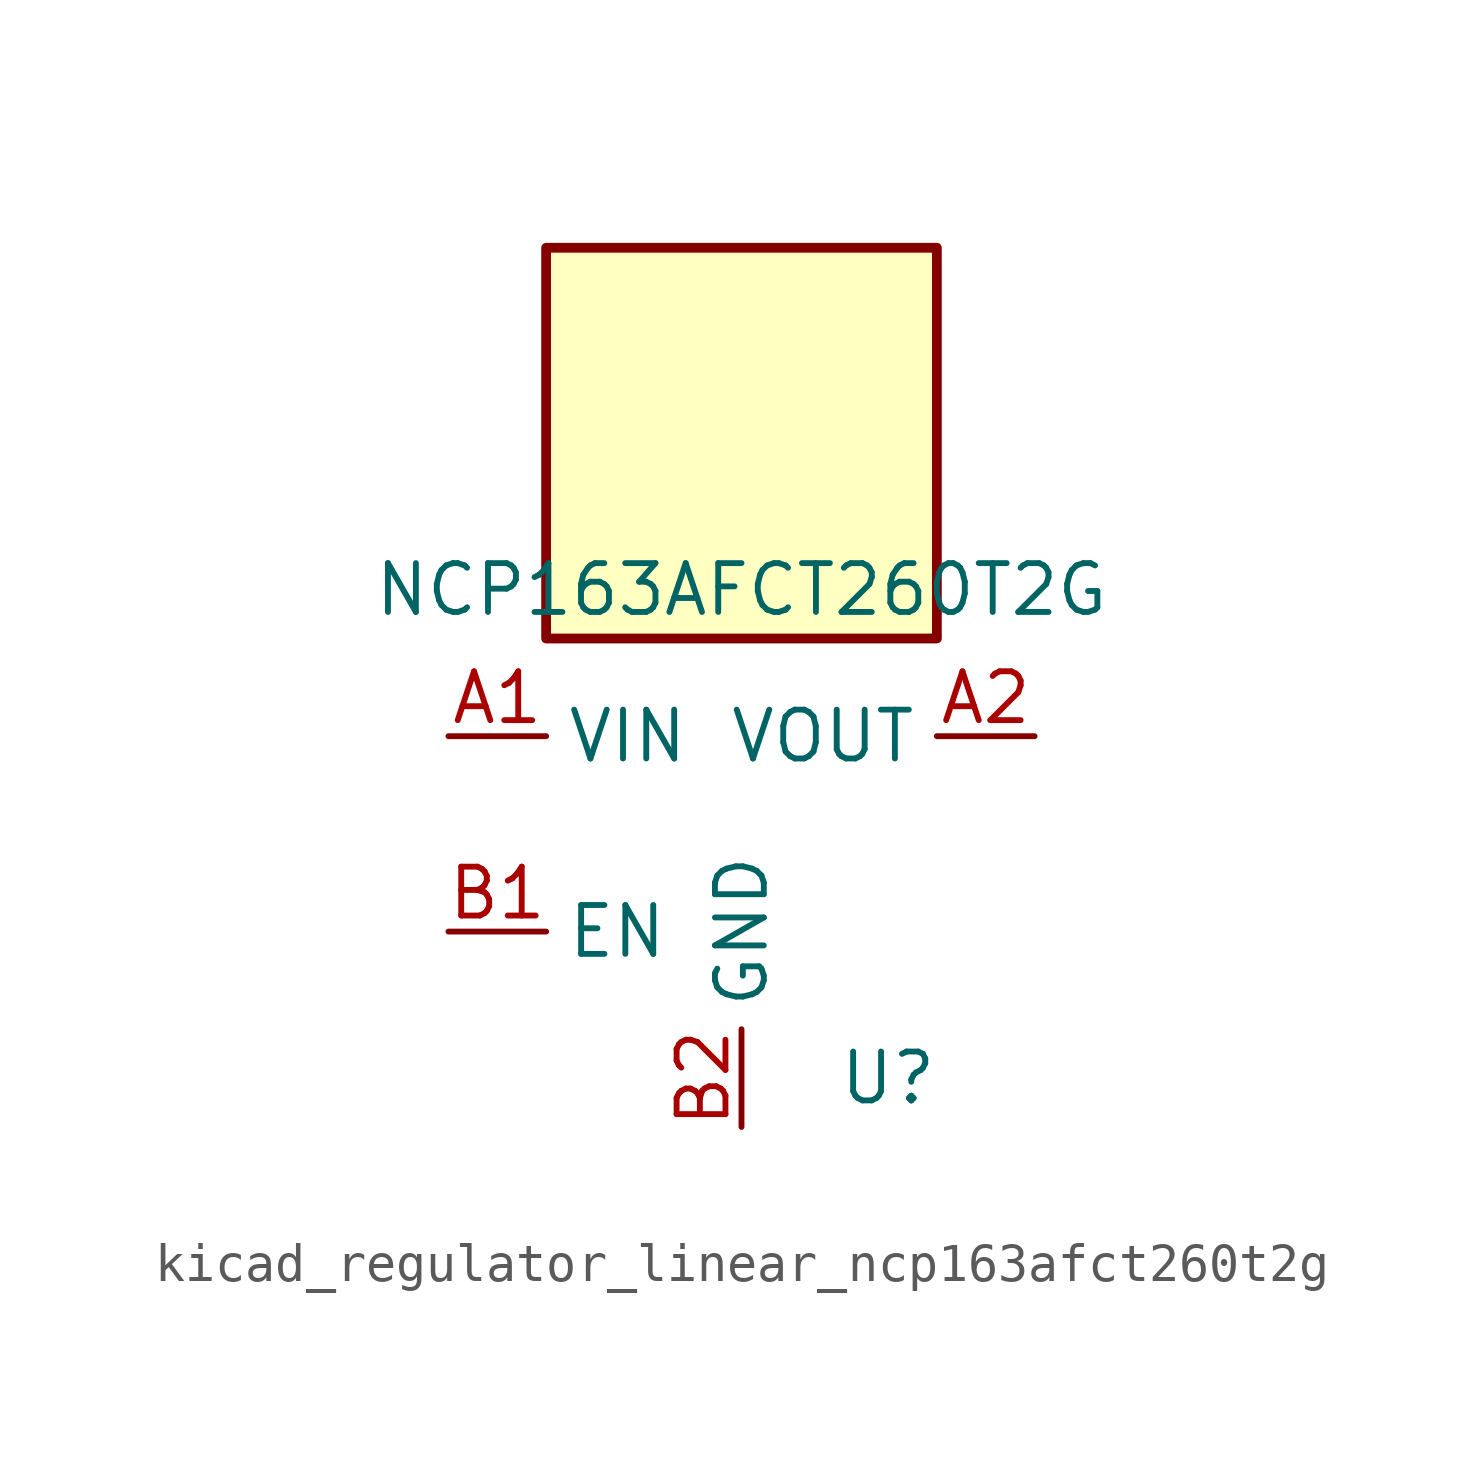
<source format=kicad_sym>
(kicad_symbol_lib
  (version 20220914)
  (generator kicad_symbol_editor)
  (symbol "kicad_regulator_linear_ncp163afct260t2g"
    (property "Reference" "U"
      (at 3.81 -6.35 0)
      (effects (font (size 1.27 1.27))))
    (property "Value" "NCP163AFCT260T2G"
      (at 0 6.35 0)
      (effects (font (size 1.27 1.27))))
    (symbol "kicad_regulator_linear_ncp163afct260t2g_0_1"
      (rectangle (start 5.08 15.24) (end -5.08 5.08) (stroke (width 0.254) (type default)) (fill (type background))))
    (symbol "kicad_regulator_linear_ncp163afct260t2g_1_1"
      (pin power_in line (at -7.62 2.54 0) (length 2.54) (name "VIN" (effects (font (size 1.27 1.27)))) (number "A1" (effects (font (size 1.27 1.27)))))
      (pin power_out line (at 7.62 2.54 180) (length 2.54) (name "VOUT" (effects (font (size 1.27 1.27)))) (number "A2" (effects (font (size 1.27 1.27)))))
      (pin input line (at -7.62 -2.54 0) (length 2.54) (name "EN" (effects (font (size 1.27 1.27)))) (number "B1" (effects (font (size 1.27 1.27)))))
      (pin power_in line (at 0 -7.62 90) (length 2.54) (name "GND" (effects (font (size 1.27 1.27)))) (number "B2" (effects (font (size 1.27 1.27))))))))
</source>
